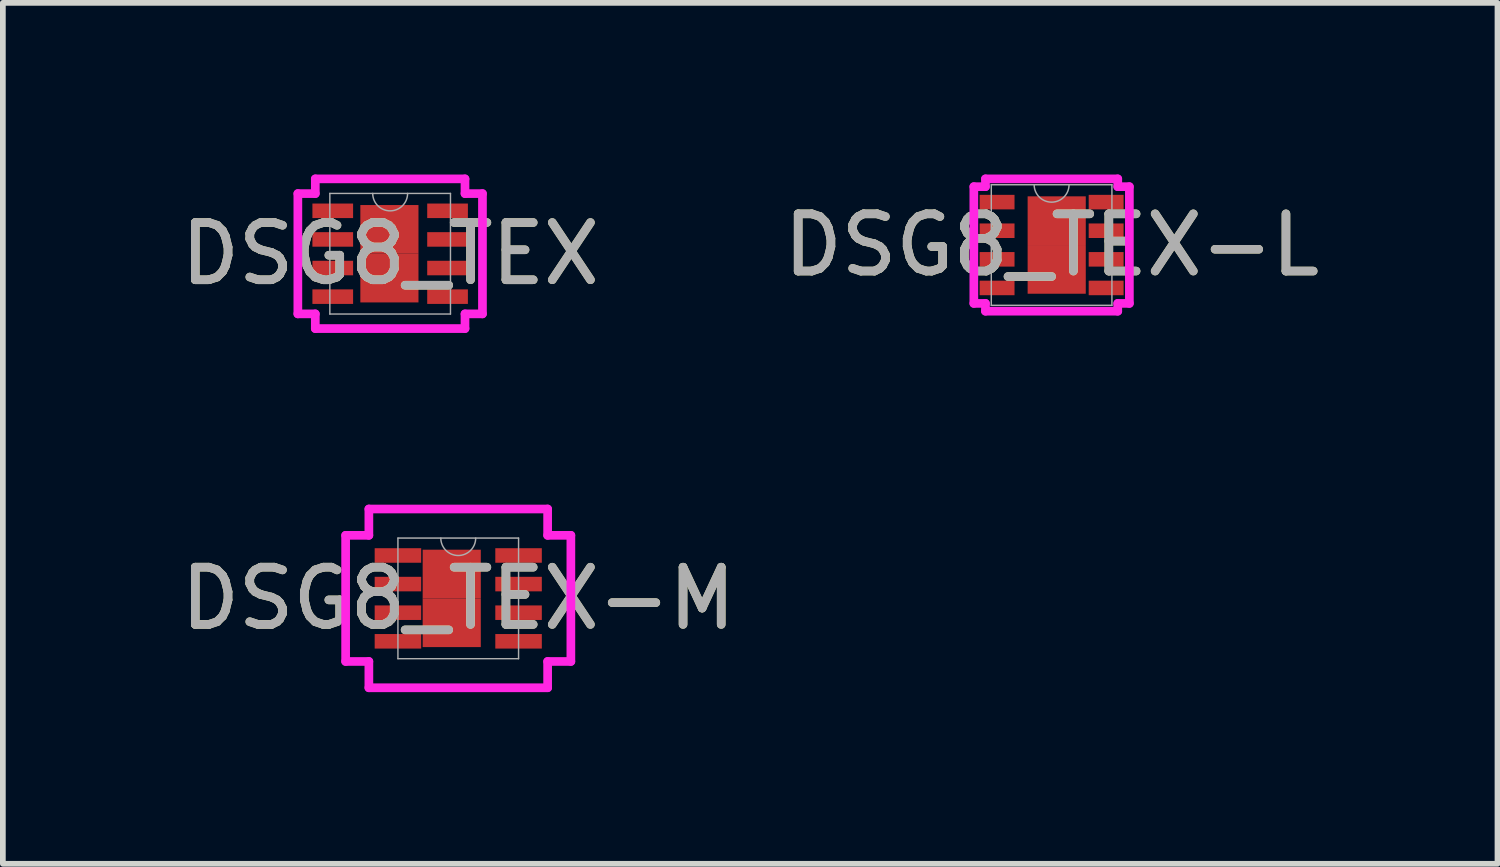
<source format=kicad_pcb>
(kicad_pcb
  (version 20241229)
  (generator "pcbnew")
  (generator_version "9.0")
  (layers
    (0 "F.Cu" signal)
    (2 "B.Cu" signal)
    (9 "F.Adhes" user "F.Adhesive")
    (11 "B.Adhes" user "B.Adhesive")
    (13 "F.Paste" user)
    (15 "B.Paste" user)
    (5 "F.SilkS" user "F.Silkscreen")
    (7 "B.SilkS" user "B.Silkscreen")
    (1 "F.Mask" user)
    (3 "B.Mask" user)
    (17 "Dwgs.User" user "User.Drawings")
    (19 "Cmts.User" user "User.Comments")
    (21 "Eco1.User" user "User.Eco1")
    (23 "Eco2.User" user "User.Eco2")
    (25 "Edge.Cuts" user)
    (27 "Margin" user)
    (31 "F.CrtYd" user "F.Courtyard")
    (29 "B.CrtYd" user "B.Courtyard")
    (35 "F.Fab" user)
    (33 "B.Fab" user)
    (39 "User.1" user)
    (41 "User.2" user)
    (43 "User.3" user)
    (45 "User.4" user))
  (footprint "DSG8_TEX-M"
    (layer "F.Cu")
    (at 4.958 7.407)
    (property "Reference" "DSG8_TEX-M" (at 0 0 0) (unlocked yes) (layer "F.SilkS") (effects (font (size 1 1) (thickness 0.15))))
    (attr smd)
    (fp_poly (pts (xy -0.622 -0.851) (xy 0.394 -0.851) (xy 0.394 0) (xy -0.622 0)) (stroke (width 0) (type solid)) (fill yes) (layer "F.Cu"))
    (fp_poly (pts (xy -0.622 0.851) (xy 0.394 0.851) (xy 0.394 0) (xy -0.622 0)) (stroke (width 0) (type solid)) (fill yes) (layer "F.Cu"))
    (fp_poly (pts (xy -0.622 -0.851) (xy 0.394 -0.851) (xy 0.394 0) (xy -0.622 0)) (stroke (width 0) (type solid)) (fill yes) (layer "F.Mask"))
    (fp_poly (pts (xy -0.622 0.851) (xy 0.394 0.851) (xy 0.394 0) (xy -0.622 0)) (stroke (width 0) (type solid)) (fill yes) (layer "F.Mask"))
    (fp_poly (pts (xy -0.622 -0.851) (xy 0.394 -0.851) (xy 0.394 0) (xy -0.622 0)) (stroke (width 0) (type solid)) (fill yes) (layer "F.Paste"))
    (fp_poly (pts (xy -0.622 0.851) (xy 0.394 0.851) (xy 0.394 0) (xy -0.622 0)) (stroke (width 0) (type solid)) (fill yes) (layer "F.Paste"))
    (fp_line (start -1.968 -1.102) (end -1.562 -1.102) (stroke (width 0.152) (type solid)) (layer "F.CrtYd"))
    (fp_line (start -1.968 1.102) (end -1.968 -1.102) (stroke (width 0.152) (type solid)) (layer "F.CrtYd"))
    (fp_line (start -1.968 1.102) (end -1.562 1.102) (stroke (width 0.152) (type solid)) (layer "F.CrtYd"))
    (fp_line (start -1.562 -1.562) (end 1.562 -1.562) (stroke (width 0.152) (type solid)) (layer "F.CrtYd"))
    (fp_line (start -1.562 -1.102) (end -1.562 -1.562) (stroke (width 0.152) (type solid)) (layer "F.CrtYd"))
    (fp_line (start -1.562 1.562) (end -1.562 1.102) (stroke (width 0.152) (type solid)) (layer "F.CrtYd"))
    (fp_line (start 1.562 -1.562) (end 1.562 -1.102) (stroke (width 0.152) (type solid)) (layer "F.CrtYd"))
    (fp_line (start 1.562 1.102) (end 1.562 1.562) (stroke (width 0.152) (type solid)) (layer "F.CrtYd"))
    (fp_line (start 1.562 1.562) (end -1.562 1.562) (stroke (width 0.152) (type solid)) (layer "F.CrtYd"))
    (fp_line (start 1.968 -1.102) (end 1.562 -1.102) (stroke (width 0.152) (type solid)) (layer "F.CrtYd"))
    (fp_line (start 1.968 -1.102) (end 1.968 1.102) (stroke (width 0.152) (type solid)) (layer "F.CrtYd"))
    (fp_line (start 1.968 1.102) (end 1.562 1.102) (stroke (width 0.152) (type solid)) (layer "F.CrtYd"))
    (fp_line (start -1.054 -1.054) (end -1.054 1.054) (stroke (width 0.025) (type solid)) (layer "F.Fab"))
    (fp_line (start -1.054 1.054) (end 1.054 1.054) (stroke (width 0.025) (type solid)) (layer "F.Fab"))
    (fp_line (start 1.054 -1.054) (end -1.054 -1.054) (stroke (width 0.025) (type solid)) (layer "F.Fab"))
    (fp_line (start 1.054 1.054) (end 1.054 -1.054) (stroke (width 0.025) (type solid)) (layer "F.Fab"))
    (fp_arc (start 0.3048 -1.0541) (mid 0 -0.7493) (end -0.3048 -1.0541) (stroke (width 0.0254) (type solid)) (layer "F.Fab"))
    (fp_text user "${REFERENCE}" (at 0 0 0) (unlocked yes) (layer "F.Fab") (effects (font (size 1 1) (thickness 0.15))))
    (pad "1" smd rect (at -1.054 -0.75) (size 0.813 0.254) (layers "F.Cu" "F.Mask" "F.Paste"))
    (pad "2" smd rect (at -1.054 -0.25) (size 0.813 0.254) (layers "F.Cu" "F.Mask" "F.Paste"))
    (pad "3" smd rect (at -1.054 0.25) (size 0.813 0.254) (layers "F.Cu" "F.Mask" "F.Paste"))
    (pad "4" smd rect (at -1.054 0.75) (size 0.813 0.254) (layers "F.Cu" "F.Mask" "F.Paste"))
    (pad "5" smd rect (at 1.054 0.75) (size 0.813 0.254) (layers "F.Cu" "F.Mask" "F.Paste"))
    (pad "6" smd rect (at 1.054 0.25) (size 0.813 0.254) (layers "F.Cu" "F.Mask" "F.Paste"))
    (pad "7" smd rect (at 1.054 -0.25) (size 0.813 0.254) (layers "F.Cu" "F.Mask" "F.Paste"))
    (pad "8" smd rect (at 1.054 -0.75) (size 0.813 0.254) (layers "F.Cu" "F.Mask" "F.Paste")))
  (footprint "DSG8_TEX"
    (layer "F.Cu")
    (at 3.768 1.384)
    (property "Reference" "DSG8_TEX" (at 0 0 0) (unlocked yes) (layer "F.SilkS") (effects (font (size 1 1) (thickness 0.15))))
    (attr smd)
    (fp_poly (pts (xy -0.521 -0.851) (xy 0.495 -0.851) (xy 0.495 0) (xy -0.521 0)) (stroke (width 0) (type solid)) (fill yes) (layer "F.Cu"))
    (fp_poly (pts (xy -0.521 0.851) (xy 0.495 0.851) (xy 0.495 0) (xy -0.521 0)) (stroke (width 0) (type solid)) (fill yes) (layer "F.Cu"))
    (fp_poly (pts (xy -0.521 -0.851) (xy 0.495 -0.851) (xy 0.495 0) (xy -0.521 0)) (stroke (width 0) (type solid)) (fill yes) (layer "F.Mask"))
    (fp_poly (pts (xy -0.521 0.851) (xy 0.495 0.851) (xy 0.495 0) (xy -0.521 0)) (stroke (width 0) (type solid)) (fill yes) (layer "F.Mask"))
    (fp_poly (pts (xy -0.521 -0.851) (xy 0.495 -0.851) (xy 0.495 0) (xy -0.521 0)) (stroke (width 0) (type solid)) (fill yes) (layer "F.Paste"))
    (fp_poly (pts (xy -0.521 0.851) (xy 0.495 0.851) (xy 0.495 0) (xy -0.521 0)) (stroke (width 0) (type solid)) (fill yes) (layer "F.Paste"))
    (fp_line (start -1.613 -1.051) (end -1.308 -1.051) (stroke (width 0.152) (type solid)) (layer "F.CrtYd"))
    (fp_line (start -1.613 1.051) (end -1.613 -1.051) (stroke (width 0.152) (type solid)) (layer "F.CrtYd"))
    (fp_line (start -1.613 1.051) (end -1.308 1.051) (stroke (width 0.152) (type solid)) (layer "F.CrtYd"))
    (fp_line (start -1.308 -1.308) (end 1.308 -1.308) (stroke (width 0.152) (type solid)) (layer "F.CrtYd"))
    (fp_line (start -1.308 -1.051) (end -1.308 -1.308) (stroke (width 0.152) (type solid)) (layer "F.CrtYd"))
    (fp_line (start -1.308 1.308) (end -1.308 1.051) (stroke (width 0.152) (type solid)) (layer "F.CrtYd"))
    (fp_line (start 1.308 -1.308) (end 1.308 -1.051) (stroke (width 0.152) (type solid)) (layer "F.CrtYd"))
    (fp_line (start 1.308 1.051) (end 1.308 1.308) (stroke (width 0.152) (type solid)) (layer "F.CrtYd"))
    (fp_line (start 1.308 1.308) (end -1.308 1.308) (stroke (width 0.152) (type solid)) (layer "F.CrtYd"))
    (fp_line (start 1.613 -1.051) (end 1.308 -1.051) (stroke (width 0.152) (type solid)) (layer "F.CrtYd"))
    (fp_line (start 1.613 -1.051) (end 1.613 1.051) (stroke (width 0.152) (type solid)) (layer "F.CrtYd"))
    (fp_line (start 1.613 1.051) (end 1.308 1.051) (stroke (width 0.152) (type solid)) (layer "F.CrtYd"))
    (fp_line (start -1.054 -1.054) (end -1.054 1.054) (stroke (width 0.025) (type solid)) (layer "F.Fab"))
    (fp_line (start -1.054 1.054) (end 1.054 1.054) (stroke (width 0.025) (type solid)) (layer "F.Fab"))
    (fp_line (start 1.054 -1.054) (end -1.054 -1.054) (stroke (width 0.025) (type solid)) (layer "F.Fab"))
    (fp_line (start 1.054 1.054) (end 1.054 -1.054) (stroke (width 0.025) (type solid)) (layer "F.Fab"))
    (fp_arc (start 0.3048 -1.0541) (mid 0 -0.7493) (end -0.3048 -1.0541) (stroke (width 0.0254) (type solid)) (layer "F.Fab"))
    (fp_text user "${REFERENCE}" (at 0 0 0) (unlocked yes) (layer "F.Fab") (effects (font (size 1 1) (thickness 0.15))))
    (pad "1" smd rect (at -1.003 -0.75) (size 0.711 0.254) (layers "F.Cu" "F.Mask" "F.Paste"))
    (pad "2" smd rect (at -1.003 -0.25) (size 0.711 0.254) (layers "F.Cu" "F.Mask" "F.Paste"))
    (pad "3" smd rect (at -1.003 0.25) (size 0.711 0.254) (layers "F.Cu" "F.Mask" "F.Paste"))
    (pad "4" smd rect (at -1.003 0.75) (size 0.711 0.254) (layers "F.Cu" "F.Mask" "F.Paste"))
    (pad "5" smd rect (at 1.003 0.75) (size 0.711 0.254) (layers "F.Cu" "F.Mask" "F.Paste"))
    (pad "6" smd rect (at 1.003 0.25) (size 0.711 0.254) (layers "F.Cu" "F.Mask" "F.Paste"))
    (pad "7" smd rect (at 1.003 -0.25) (size 0.711 0.254) (layers "F.Cu" "F.Mask" "F.Paste"))
    (pad "8" smd rect (at 1.003 -0.75) (size 0.711 0.254) (layers "F.Cu" "F.Mask" "F.Paste")))
  (footprint "DSG8_TEX-L"
    (layer "F.Cu")
    (at 15.327 1.232)
    (property "Reference" "DSG8_TEX-L" (at 0 0 0) (unlocked yes) (layer "F.SilkS") (effects (font (size 1 1) (thickness 0.15))))
    (attr smd)
    (fp_poly (pts (xy -0.419 -0.851) (xy 0.597 -0.851) (xy 0.597 0) (xy -0.419 0)) (stroke (width 0) (type solid)) (fill yes) (layer "F.Cu"))
    (fp_poly (pts (xy -0.419 0.851) (xy 0.597 0.851) (xy 0.597 0) (xy -0.419 0)) (stroke (width 0) (type solid)) (fill yes) (layer "F.Cu"))
    (fp_poly (pts (xy -0.419 -0.851) (xy 0.597 -0.851) (xy 0.597 0) (xy -0.419 0)) (stroke (width 0) (type solid)) (fill yes) (layer "F.Mask"))
    (fp_poly (pts (xy -0.419 0.851) (xy 0.597 0.851) (xy 0.597 0) (xy -0.419 0)) (stroke (width 0) (type solid)) (fill yes) (layer "F.Mask"))
    (fp_poly (pts (xy -0.419 -0.851) (xy 0.597 -0.851) (xy 0.597 0) (xy -0.419 0)) (stroke (width 0) (type solid)) (fill yes) (layer "F.Paste"))
    (fp_poly (pts (xy -0.419 0.851) (xy 0.597 0.851) (xy 0.597 0) (xy -0.419 0)) (stroke (width 0) (type solid)) (fill yes) (layer "F.Paste"))
    (fp_line (start -1.359 -1.02) (end -1.156 -1.02) (stroke (width 0.152) (type solid)) (layer "F.CrtYd"))
    (fp_line (start -1.359 1.02) (end -1.359 -1.02) (stroke (width 0.152) (type solid)) (layer "F.CrtYd"))
    (fp_line (start -1.359 1.02) (end -1.156 1.02) (stroke (width 0.152) (type solid)) (layer "F.CrtYd"))
    (fp_line (start -1.156 -1.156) (end 1.156 -1.156) (stroke (width 0.152) (type solid)) (layer "F.CrtYd"))
    (fp_line (start -1.156 -1.02) (end -1.156 -1.156) (stroke (width 0.152) (type solid)) (layer "F.CrtYd"))
    (fp_line (start -1.156 1.156) (end -1.156 1.02) (stroke (width 0.152) (type solid)) (layer "F.CrtYd"))
    (fp_line (start 1.156 -1.156) (end 1.156 -1.02) (stroke (width 0.152) (type solid)) (layer "F.CrtYd"))
    (fp_line (start 1.156 1.02) (end 1.156 1.156) (stroke (width 0.152) (type solid)) (layer "F.CrtYd"))
    (fp_line (start 1.156 1.156) (end -1.156 1.156) (stroke (width 0.152) (type solid)) (layer "F.CrtYd"))
    (fp_line (start 1.359 -1.02) (end 1.156 -1.02) (stroke (width 0.152) (type solid)) (layer "F.CrtYd"))
    (fp_line (start 1.359 -1.02) (end 1.359 1.02) (stroke (width 0.152) (type solid)) (layer "F.CrtYd"))
    (fp_line (start 1.359 1.02) (end 1.156 1.02) (stroke (width 0.152) (type solid)) (layer "F.CrtYd"))
    (fp_line (start -1.054 -1.054) (end -1.054 1.054) (stroke (width 0.025) (type solid)) (layer "F.Fab"))
    (fp_line (start -1.054 1.054) (end 1.054 1.054) (stroke (width 0.025) (type solid)) (layer "F.Fab"))
    (fp_line (start 1.054 -1.054) (end -1.054 -1.054) (stroke (width 0.025) (type solid)) (layer "F.Fab"))
    (fp_line (start 1.054 1.054) (end 1.054 -1.054) (stroke (width 0.025) (type solid)) (layer "F.Fab"))
    (fp_arc (start 0.3048 -1.0541) (mid 0 -0.7493) (end -0.3048 -1.0541) (stroke (width 0.0254) (type solid)) (layer "F.Fab"))
    (fp_text user "${REFERENCE}" (at 0 0 0) (unlocked yes) (layer "F.Fab") (effects (font (size 1 1) (thickness 0.15))))
    (pad "1" smd rect (at -0.953 -0.75) (size 0.61 0.254) (layers "F.Cu" "F.Mask" "F.Paste"))
    (pad "2" smd rect (at -0.953 -0.25) (size 0.61 0.254) (layers "F.Cu" "F.Mask" "F.Paste"))
    (pad "3" smd rect (at -0.953 0.25) (size 0.61 0.254) (layers "F.Cu" "F.Mask" "F.Paste"))
    (pad "4" smd rect (at -0.953 0.75) (size 0.61 0.254) (layers "F.Cu" "F.Mask" "F.Paste"))
    (pad "5" smd rect (at 0.953 0.75) (size 0.61 0.254) (layers "F.Cu" "F.Mask" "F.Paste"))
    (pad "6" smd rect (at 0.953 0.25) (size 0.61 0.254) (layers "F.Cu" "F.Mask" "F.Paste"))
    (pad "7" smd rect (at 0.953 -0.25) (size 0.61 0.254) (layers "F.Cu" "F.Mask" "F.Paste"))
    (pad "8" smd rect (at 0.953 -0.75) (size 0.61 0.254) (layers "F.Cu" "F.Mask" "F.Paste")))
  (gr_rect
    (start -3 -3)
    (end 23.119 12.045)
    (stroke (width 0.1) (type default))
    (fill no)
    (layer "Edge.Cuts")))
</source>
